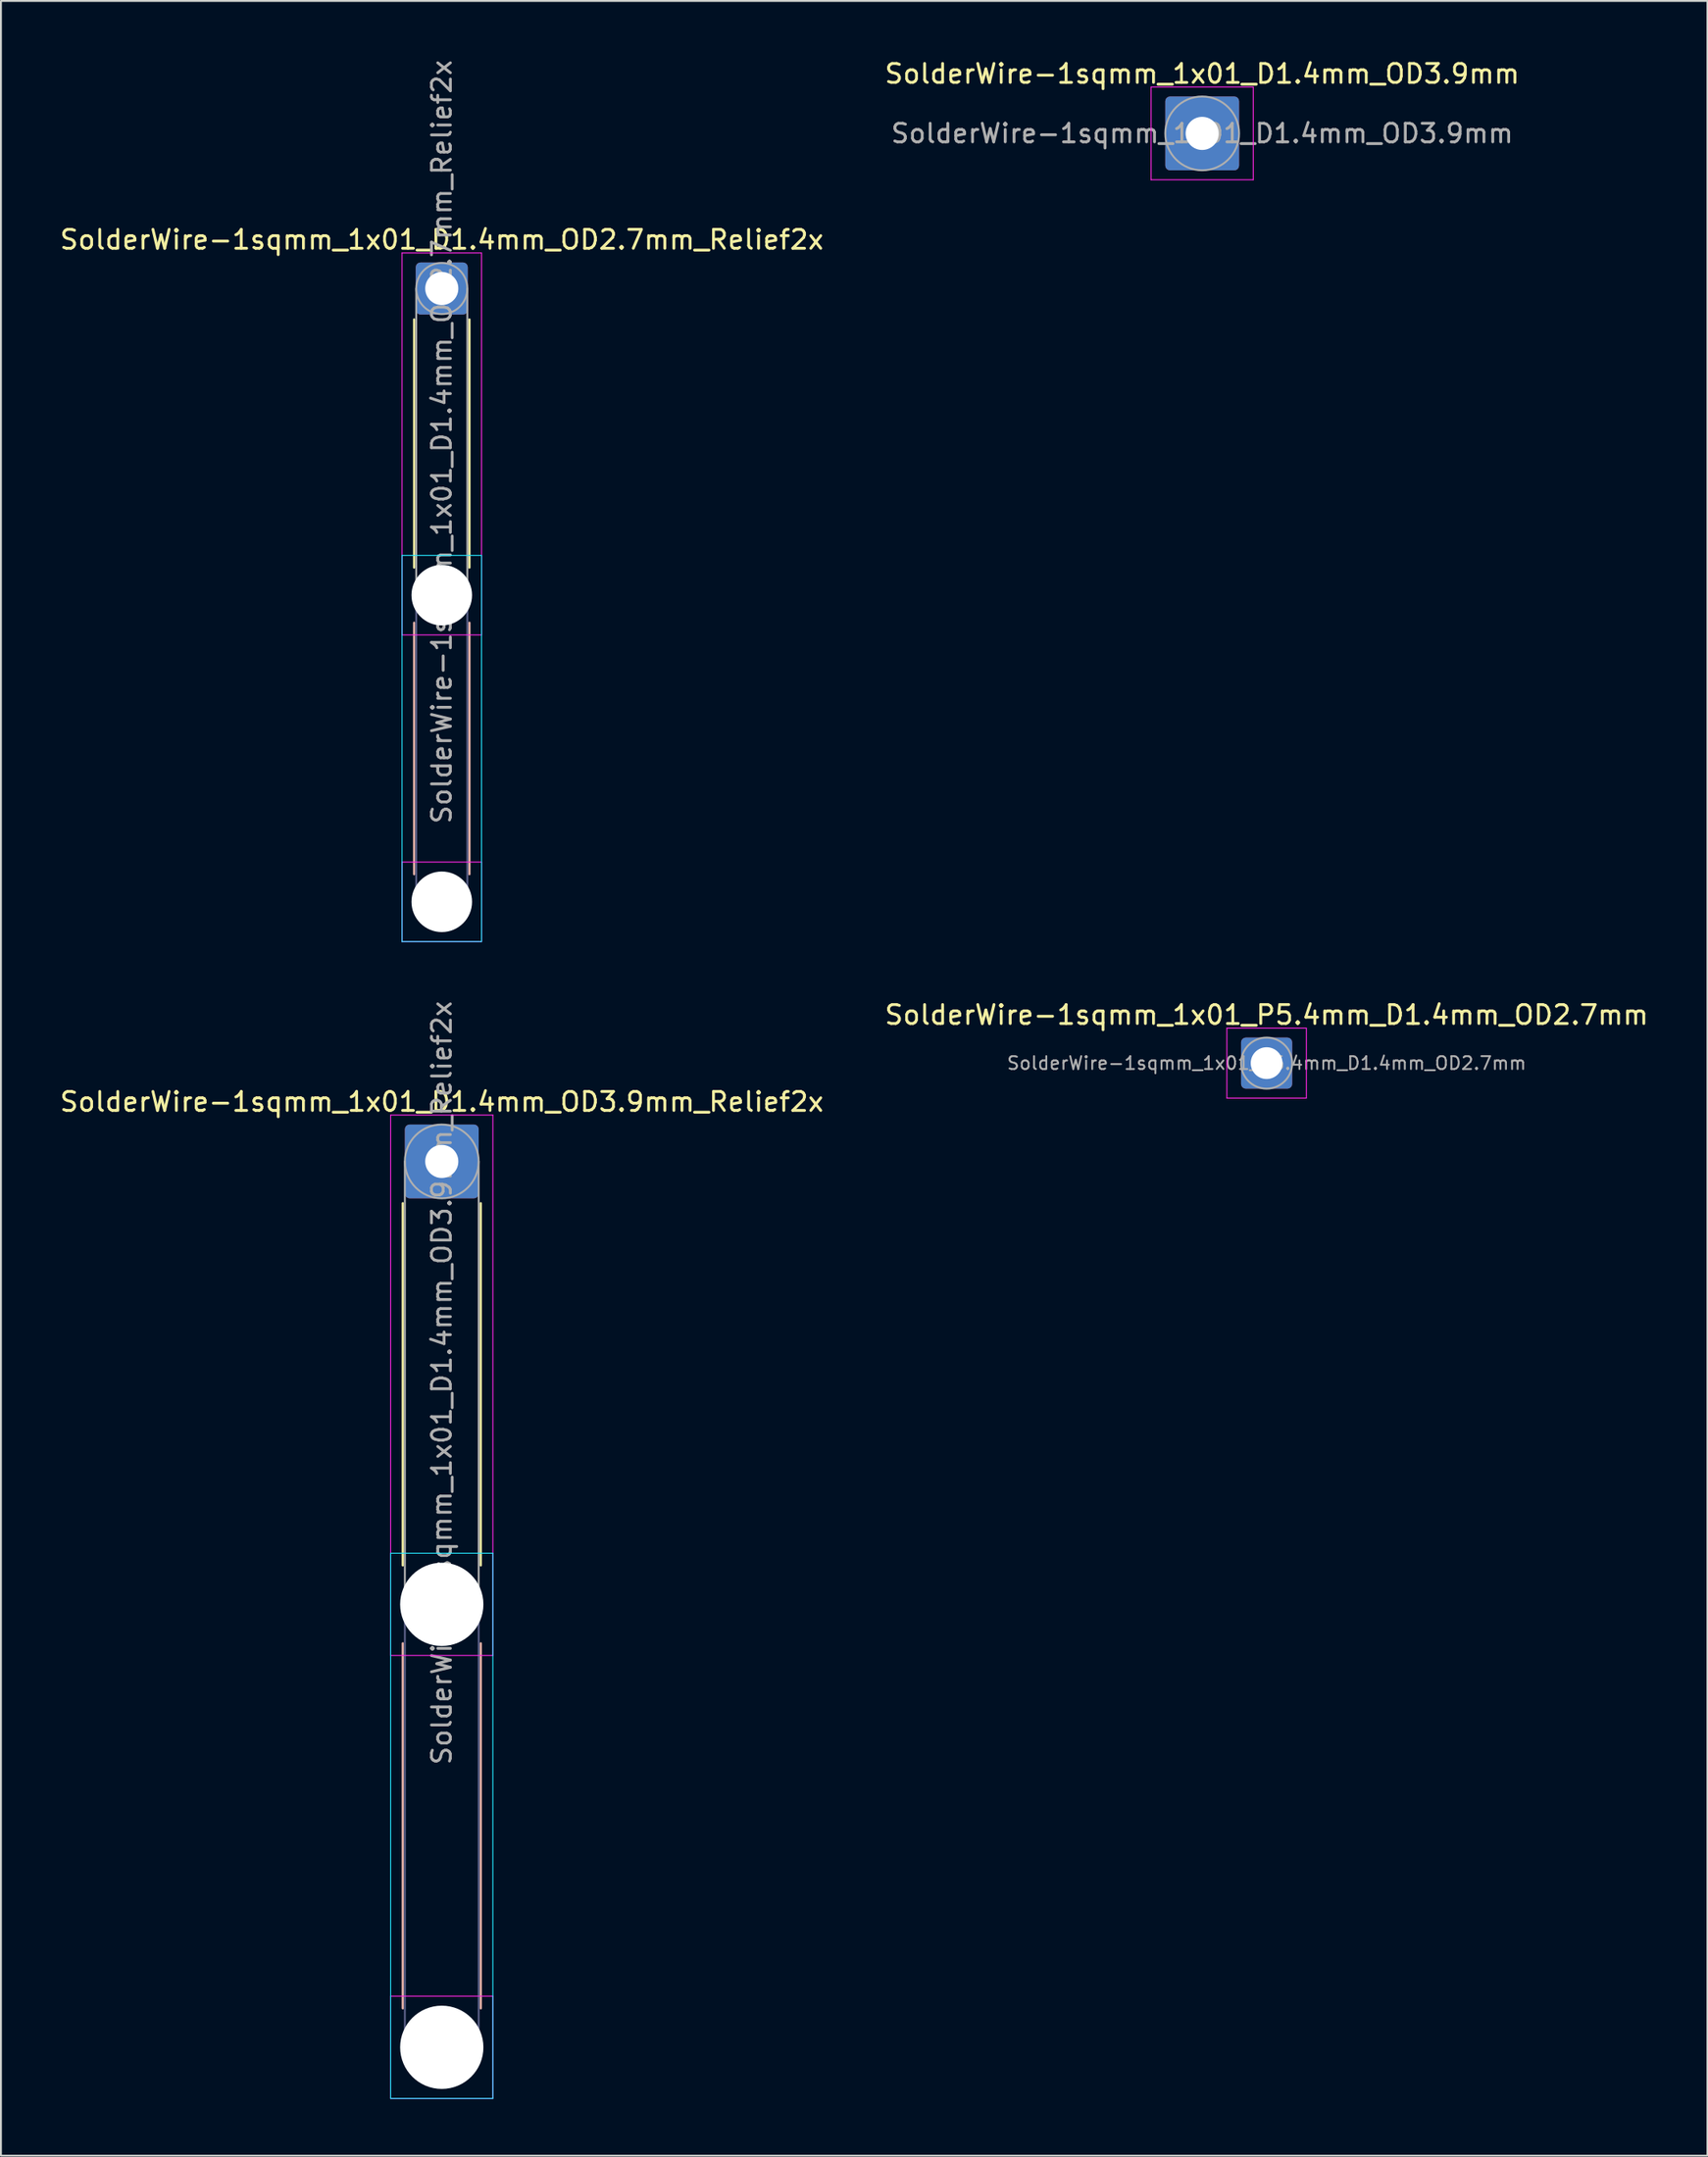
<source format=kicad_pcb>
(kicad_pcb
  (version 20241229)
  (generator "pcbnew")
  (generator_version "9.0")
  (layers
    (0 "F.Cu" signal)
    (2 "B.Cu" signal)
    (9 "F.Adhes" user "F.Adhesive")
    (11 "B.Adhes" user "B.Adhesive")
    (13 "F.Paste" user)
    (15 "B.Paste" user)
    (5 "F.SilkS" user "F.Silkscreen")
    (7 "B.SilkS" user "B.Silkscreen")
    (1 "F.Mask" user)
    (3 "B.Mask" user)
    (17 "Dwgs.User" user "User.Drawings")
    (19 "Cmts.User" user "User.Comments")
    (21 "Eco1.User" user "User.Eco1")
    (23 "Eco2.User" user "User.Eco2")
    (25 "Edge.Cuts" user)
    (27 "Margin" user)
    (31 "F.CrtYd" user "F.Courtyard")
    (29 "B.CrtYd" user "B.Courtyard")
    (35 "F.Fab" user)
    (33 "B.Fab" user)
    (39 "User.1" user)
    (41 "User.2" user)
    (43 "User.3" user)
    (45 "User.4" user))
  (footprint "SolderWire-1sqmm_1x01_D1.4mm_OD2.7mm_Relief2x"
    (layer "F.Cu")
    (at 20.292 12.192)
    (property "Reference" "SolderWire-1sqmm_1x01_D1.4mm_OD2.7mm_Relief2x" (at 0 -2.58 0) (layer "F.SilkS") (effects (font (size 1 1) (thickness 0.15))))
    (attr exclude_from_pos_files exclude_from_bom)
    (fp_line (start -1.46 1.635) (end -1.46 14.74) (stroke (width 0.12) (type solid)) (layer "F.SilkS"))
    (fp_line (start 1.46 1.635) (end 1.46 14.74) (stroke (width 0.12) (type solid)) (layer "F.SilkS"))
    (fp_line (start -1.46 17.66) (end -1.46 30.94) (stroke (width 0.12) (type solid)) (layer "B.SilkS"))
    (fp_line (start 1.46 17.66) (end 1.46 30.94) (stroke (width 0.12) (type solid)) (layer "B.SilkS"))
    (fp_line (start -2.1 14.1) (end -2.1 34.5) (stroke (width 0.05) (type solid)) (layer "B.CrtYd"))
    (fp_line (start -2.1 34.5) (end 2.1 34.5) (stroke (width 0.05) (type solid)) (layer "B.CrtYd"))
    (fp_line (start 2.1 14.1) (end -2.1 14.1) (stroke (width 0.05) (type solid)) (layer "B.CrtYd"))
    (fp_line (start 2.1 34.5) (end 2.1 14.1) (stroke (width 0.05) (type solid)) (layer "B.CrtYd"))
    (fp_line (start -2.1 -1.88) (end -2.1 18.3) (stroke (width 0.05) (type solid)) (layer "F.CrtYd"))
    (fp_line (start -2.1 18.3) (end 2.1 18.3) (stroke (width 0.05) (type solid)) (layer "F.CrtYd"))
    (fp_line (start -2.1 30.3) (end -2.1 34.5) (stroke (width 0.05) (type solid)) (layer "F.CrtYd"))
    (fp_line (start -2.1 34.5) (end 2.1 34.5) (stroke (width 0.05) (type solid)) (layer "F.CrtYd"))
    (fp_line (start 2.1 -1.88) (end -2.1 -1.88) (stroke (width 0.05) (type solid)) (layer "F.CrtYd"))
    (fp_line (start 2.1 18.3) (end 2.1 -1.88) (stroke (width 0.05) (type solid)) (layer "F.CrtYd"))
    (fp_line (start 2.1 30.3) (end -2.1 30.3) (stroke (width 0.05) (type solid)) (layer "F.CrtYd"))
    (fp_line (start 2.1 34.5) (end 2.1 30.3) (stroke (width 0.05) (type solid)) (layer "F.CrtYd"))
    (fp_line (start -1.35 16.2) (end -1.35 32.4) (stroke (width 0.1) (type solid)) (layer "B.Fab"))
    (fp_line (start 1.35 16.2) (end 1.35 32.4) (stroke (width 0.1) (type solid)) (layer "B.Fab"))
    (fp_circle (center 0 16.2) (end 1.35 16.2) (stroke (width 0.1) (type solid)) (fill no) (layer "B.Fab"))
    (fp_circle (center 0 32.4) (end 1.35 32.4) (stroke (width 0.1) (type solid)) (fill no) (layer "B.Fab"))
    (fp_line (start -1.35 0) (end -1.35 16.2) (stroke (width 0.1) (type solid)) (layer "F.Fab"))
    (fp_line (start 1.35 0) (end 1.35 16.2) (stroke (width 0.1) (type solid)) (layer "F.Fab"))
    (fp_circle (center 0 0) (end 1.35 0) (stroke (width 0.1) (type solid)) (fill no) (layer "F.Fab"))
    (fp_circle (center 0 16.2) (end 1.35 16.2) (stroke (width 0.1) (type solid)) (fill no) (layer "F.Fab"))
    (fp_circle (center 0 32.4) (end 1.35 32.4) (stroke (width 0.1) (type solid)) (fill no) (layer "F.Fab"))
    (fp_text user "${REFERENCE}" (at 0 8.1 90) (layer "F.Fab") (effects (font (size 1 1) (thickness 0.15))))
    (pad "" np_thru_hole circle (at 0 16.2) (size 3.2 3.2) (drill 3.2) (layers "*.Cu" "*.Mask"))
    (pad "" np_thru_hole circle (at 0 32.4) (size 3.2 3.2) (drill 3.2) (layers "*.Cu" "*.Mask"))
    (pad "1" thru_hole roundrect (at 0 0) (size 2.75 2.75) (drill 1.75) (layers "*.Cu" "*.Mask") (roundrect_rratio 0.091)))
  (footprint "SolderWire-1sqmm_1x01_D1.4mm_OD3.9mm"
    (layer "F.Cu")
    (at 60.47 3.998)
    (property "Reference" "SolderWire-1sqmm_1x01_D1.4mm_OD3.9mm" (at 0 -3.15 0) (layer "F.SilkS") (effects (font (size 1 1) (thickness 0.15))))
    (attr exclude_from_pos_files exclude_from_bom)
    (fp_line (start -2.7 -2.45) (end -2.7 2.45) (stroke (width 0.05) (type solid)) (layer "F.CrtYd"))
    (fp_line (start -2.7 2.45) (end 2.7 2.45) (stroke (width 0.05) (type solid)) (layer "F.CrtYd"))
    (fp_line (start 2.7 -2.45) (end -2.7 -2.45) (stroke (width 0.05) (type solid)) (layer "F.CrtYd"))
    (fp_line (start 2.7 2.45) (end 2.7 -2.45) (stroke (width 0.05) (type solid)) (layer "F.CrtYd"))
    (fp_circle (center 0 0) (end 1.95 0) (stroke (width 0.1) (type solid)) (fill no) (layer "F.Fab"))
    (fp_text user "${REFERENCE}" (at 0 0 0) (layer "F.Fab") (effects (font (size 0.98 0.98) (thickness 0.15))))
    (pad "1" thru_hole roundrect (at 0 0) (size 3.9 3.9) (drill 1.75) (layers "*.Cu" "*.Mask") (roundrect_rratio 0.064)))
  (footprint "SolderWire-1sqmm_1x01_P5.4mm_D1.4mm_OD2.7mm"
    (layer "F.Cu")
    (at 63.875 53.115)
    (property "Reference" "SolderWire-1sqmm_1x01_P5.4mm_D1.4mm_OD2.7mm" (at 0 -2.55 0) (layer "F.SilkS") (effects (font (size 1 1) (thickness 0.15))))
    (attr exclude_from_pos_files exclude_from_bom)
    (fp_line (start -2.1 -1.85) (end -2.1 1.85) (stroke (width 0.05) (type solid)) (layer "F.CrtYd"))
    (fp_line (start -2.1 1.85) (end 2.1 1.85) (stroke (width 0.05) (type solid)) (layer "F.CrtYd"))
    (fp_line (start 2.1 -1.85) (end -2.1 -1.85) (stroke (width 0.05) (type solid)) (layer "F.CrtYd"))
    (fp_line (start 2.1 1.85) (end 2.1 -1.85) (stroke (width 0.05) (type solid)) (layer "F.CrtYd"))
    (fp_circle (center 0 0) (end 1.35 0) (stroke (width 0.1) (type solid)) (fill no) (layer "F.Fab"))
    (fp_text user "${REFERENCE}" (at 0 0 0) (layer "F.Fab") (effects (font (size 0.68 0.68) (thickness 0.1))))
    (pad "1" thru_hole roundrect (at 0 0) (size 2.7 2.7) (drill 1.68) (layers "*.Cu" "*.Mask") (roundrect_rratio 0.093)))
  (footprint "SolderWire-1sqmm_1x01_D1.4mm_OD3.9mm_Relief2x"
    (layer "F.Cu")
    (at 20.292 58.308)
    (property "Reference" "SolderWire-1sqmm_1x01_D1.4mm_OD3.9mm_Relief2x" (at 0 -3.15 0) (layer "F.SilkS") (effects (font (size 1 1) (thickness 0.15))))
    (attr exclude_from_pos_files exclude_from_bom)
    (fp_line (start -2.06 2.21) (end -2.06 21.34) (stroke (width 0.12) (type solid)) (layer "F.SilkS"))
    (fp_line (start 2.06 2.21) (end 2.06 21.34) (stroke (width 0.12) (type solid)) (layer "F.SilkS"))
    (fp_line (start -2.06 25.46) (end -2.06 44.74) (stroke (width 0.12) (type solid)) (layer "B.SilkS"))
    (fp_line (start 2.06 25.46) (end 2.06 44.74) (stroke (width 0.12) (type solid)) (layer "B.SilkS"))
    (fp_line (start -2.7 20.7) (end -2.7 49.5) (stroke (width 0.05) (type solid)) (layer "B.CrtYd"))
    (fp_line (start -2.7 49.5) (end 2.7 49.5) (stroke (width 0.05) (type solid)) (layer "B.CrtYd"))
    (fp_line (start 2.7 20.7) (end -2.7 20.7) (stroke (width 0.05) (type solid)) (layer "B.CrtYd"))
    (fp_line (start 2.7 49.5) (end 2.7 20.7) (stroke (width 0.05) (type solid)) (layer "B.CrtYd"))
    (fp_line (start -2.7 -2.45) (end -2.7 26.1) (stroke (width 0.05) (type solid)) (layer "F.CrtYd"))
    (fp_line (start -2.7 26.1) (end 2.7 26.1) (stroke (width 0.05) (type solid)) (layer "F.CrtYd"))
    (fp_line (start -2.7 44.1) (end -2.7 49.5) (stroke (width 0.05) (type solid)) (layer "F.CrtYd"))
    (fp_line (start -2.7 49.5) (end 2.7 49.5) (stroke (width 0.05) (type solid)) (layer "F.CrtYd"))
    (fp_line (start 2.7 -2.45) (end -2.7 -2.45) (stroke (width 0.05) (type solid)) (layer "F.CrtYd"))
    (fp_line (start 2.7 26.1) (end 2.7 -2.45) (stroke (width 0.05) (type solid)) (layer "F.CrtYd"))
    (fp_line (start 2.7 44.1) (end -2.7 44.1) (stroke (width 0.05) (type solid)) (layer "F.CrtYd"))
    (fp_line (start 2.7 49.5) (end 2.7 44.1) (stroke (width 0.05) (type solid)) (layer "F.CrtYd"))
    (fp_line (start -1.95 23.4) (end -1.95 46.8) (stroke (width 0.1) (type solid)) (layer "B.Fab"))
    (fp_line (start 1.95 23.4) (end 1.95 46.8) (stroke (width 0.1) (type solid)) (layer "B.Fab"))
    (fp_circle (center 0 23.4) (end 1.95 23.4) (stroke (width 0.1) (type solid)) (fill no) (layer "B.Fab"))
    (fp_circle (center 0 46.8) (end 1.95 46.8) (stroke (width 0.1) (type solid)) (fill no) (layer "B.Fab"))
    (fp_line (start -1.95 0) (end -1.95 23.4) (stroke (width 0.1) (type solid)) (layer "F.Fab"))
    (fp_line (start 1.95 0) (end 1.95 23.4) (stroke (width 0.1) (type solid)) (layer "F.Fab"))
    (fp_circle (center 0 0) (end 1.95 0) (stroke (width 0.1) (type solid)) (fill no) (layer "F.Fab"))
    (fp_circle (center 0 23.4) (end 1.95 23.4) (stroke (width 0.1) (type solid)) (fill no) (layer "F.Fab"))
    (fp_circle (center 0 46.8) (end 1.95 46.8) (stroke (width 0.1) (type solid)) (fill no) (layer "F.Fab"))
    (fp_text user "${REFERENCE}" (at 0 11.7 90) (layer "F.Fab") (effects (font (size 1 1) (thickness 0.15))))
    (pad "" np_thru_hole circle (at 0 23.4) (size 4.4 4.4) (drill 4.4) (layers "*.Cu" "*.Mask"))
    (pad "" np_thru_hole circle (at 0 46.8) (size 4.4 4.4) (drill 4.4) (layers "*.Cu" "*.Mask"))
    (pad "1" thru_hole roundrect (at 0 0) (size 3.9 3.9) (drill 1.75) (layers "*.Cu" "*.Mask") (roundrect_rratio 0.064)))
  (gr_rect
    (start -3 -3)
    (end 87.167 110.833)
    (stroke (width 0.1) (type default))
    (fill no)
    (layer "Edge.Cuts")))
</source>
